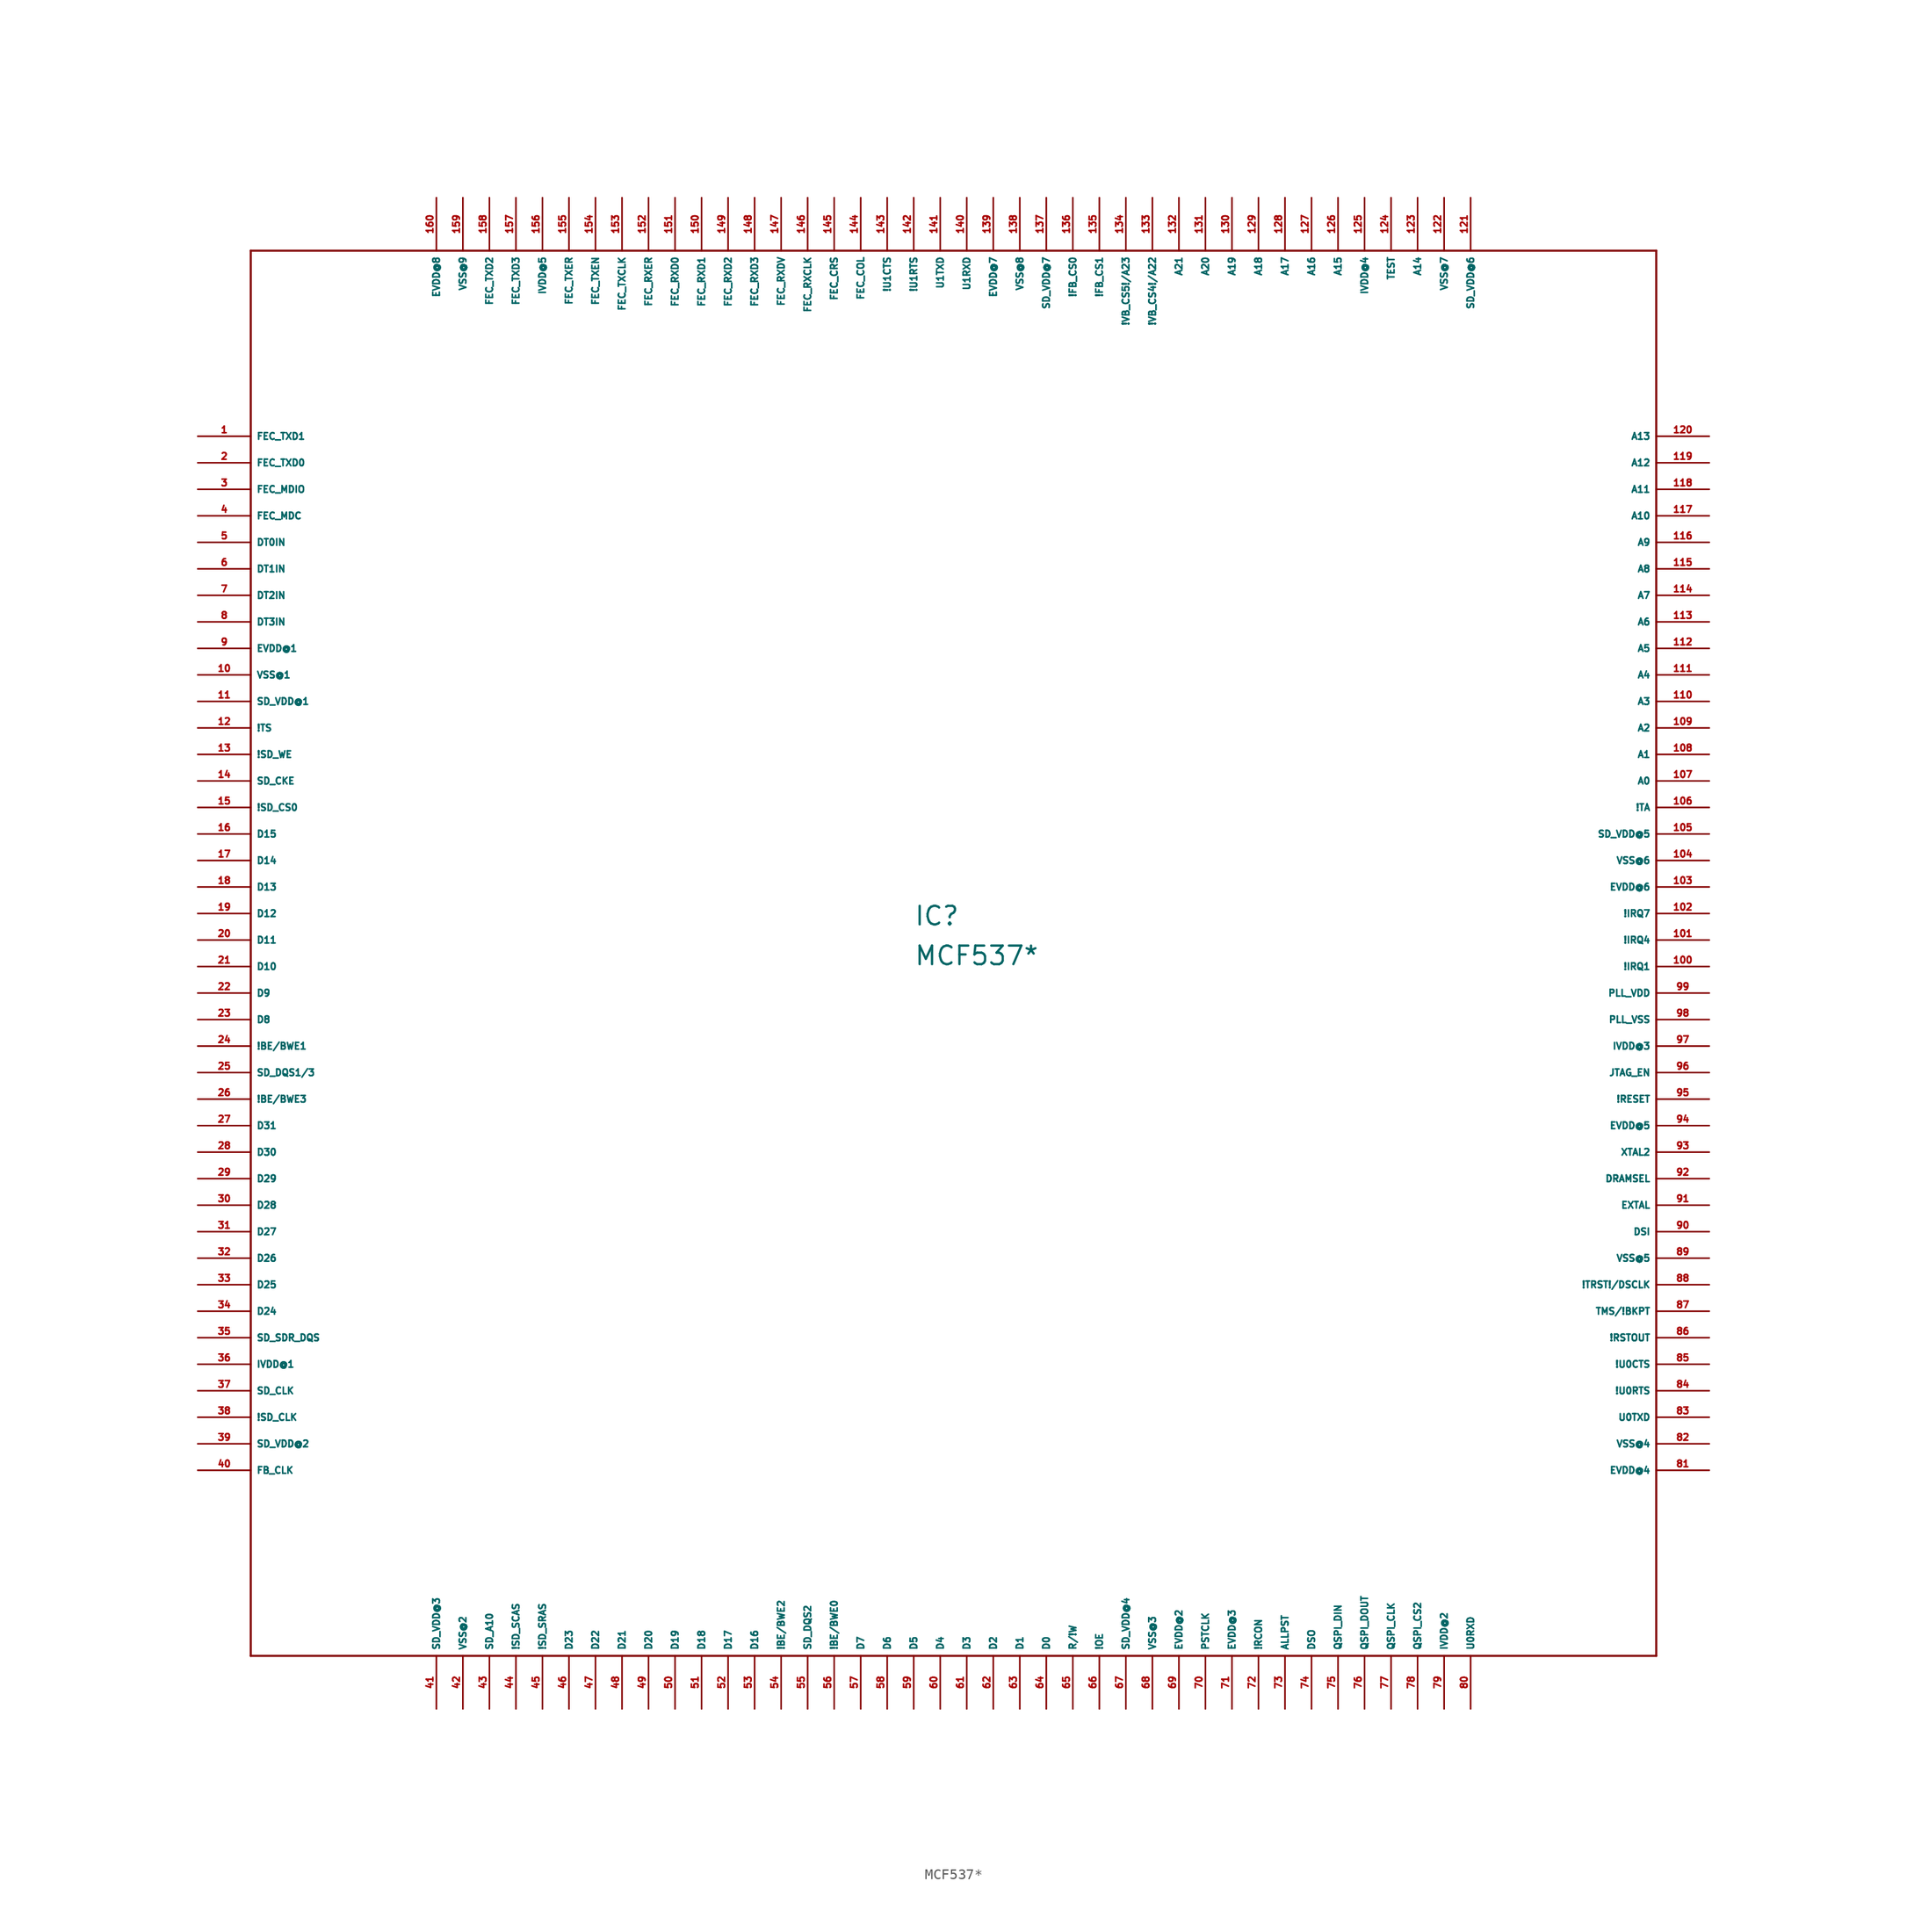
<source format=kicad_sym>
(kicad_symbol_lib
  (version 20220914)
  (generator Eagle2Kicad)
  (symbol "MCF537*"
    (property "Reference" "IC"
      (at -5.08 1.27 0)
      (effects (font (size 1.778 1.778) (thickness 0.22)) (justify left bottom)))
    (property "Value" "MCF537*"
      (at -5.08 -2.54 0)
      (effects (font (size 1.778 1.778) (thickness 0.22)) (justify left bottom)))
    (polyline
      (pts (xy -68.58 -68.58) (xy 66.04 -68.58))
      (stroke (width 0.203) (type default))
      (fill (type none)))
    (polyline
      (pts (xy 66.04 -68.58) (xy 66.04 66.04))
      (stroke (width 0.203) (type default))
      (fill (type none)))
    (polyline
      (pts (xy 66.04 66.04) (xy -68.58 66.04))
      (stroke (width 0.203) (type default))
      (fill (type none)))
    (polyline
      (pts (xy -68.58 66.04) (xy -68.58 -68.58))
      (stroke (width 0.203) (type default))
      (fill (type none)))
    (pin output line
      (at -73.66 48.26 0)
      (length 5.08)
      (name "FEC_TXD1" (effects (font (size 0.635 0.635) (thickness 0.08)) (justify left bottom)))
      (number "1" (effects (font (size 0.635 0.635) (thickness 0.08)) (justify left bottom))))
    (pin output line
      (at -73.66 45.72 0)
      (length 5.08)
      (name "FEC_TXD0" (effects (font (size 0.635 0.635) (thickness 0.08)) (justify left bottom)))
      (number "2" (effects (font (size 0.635 0.635) (thickness 0.08)) (justify left bottom))))
    (pin bidirectional line
      (at -73.66 43.18 0)
      (length 5.08)
      (name "FEC_MDIO" (effects (font (size 0.635 0.635) (thickness 0.08)) (justify left bottom)))
      (number "3" (effects (font (size 0.635 0.635) (thickness 0.08)) (justify left bottom))))
    (pin output line
      (at -73.66 40.64 0)
      (length 5.08)
      (name "FEC_MDC" (effects (font (size 0.635 0.635) (thickness 0.08)) (justify left bottom)))
      (number "4" (effects (font (size 0.635 0.635) (thickness 0.08)) (justify left bottom))))
    (pin input line
      (at -73.66 38.1 0)
      (length 5.08)
      (name "DT0IN" (effects (font (size 0.635 0.635) (thickness 0.08)) (justify left bottom)))
      (number "5" (effects (font (size 0.635 0.635) (thickness 0.08)) (justify left bottom))))
    (pin input line
      (at -73.66 35.56 0)
      (length 5.08)
      (name "DT1IN" (effects (font (size 0.635 0.635) (thickness 0.08)) (justify left bottom)))
      (number "6" (effects (font (size 0.635 0.635) (thickness 0.08)) (justify left bottom))))
    (pin input line
      (at -73.66 33.02 0)
      (length 5.08)
      (name "DT2IN" (effects (font (size 0.635 0.635) (thickness 0.08)) (justify left bottom)))
      (number "7" (effects (font (size 0.635 0.635) (thickness 0.08)) (justify left bottom))))
    (pin input line
      (at -73.66 30.48 0)
      (length 5.08)
      (name "DT3IN" (effects (font (size 0.635 0.635) (thickness 0.08)) (justify left bottom)))
      (number "8" (effects (font (size 0.635 0.635) (thickness 0.08)) (justify left bottom))))
    (pin unspecified line
      (at -73.66 27.94 0)
      (length 5.08)
      (name "EVDD@1" (effects (font (size 0.635 0.635) (thickness 0.08)) (justify left bottom)))
      (number "9" (effects (font (size 0.635 0.635) (thickness 0.08)) (justify left bottom))))
    (pin unspecified line
      (at -73.66 25.4 0)
      (length 5.08)
      (name "VSS@1" (effects (font (size 0.635 0.635) (thickness 0.08)) (justify left bottom)))
      (number "10" (effects (font (size 0.635 0.635) (thickness 0.08)) (justify left bottom))))
    (pin unspecified line
      (at -73.66 22.86 0)
      (length 5.08)
      (name "SD_VDD@1" (effects (font (size 0.635 0.635) (thickness 0.08)) (justify left bottom)))
      (number "11" (effects (font (size 0.635 0.635) (thickness 0.08)) (justify left bottom))))
    (pin output line
      (at -73.66 20.32 0)
      (length 5.08)
      (name "!TS" (effects (font (size 0.635 0.635) (thickness 0.08)) (justify left bottom)))
      (number "12" (effects (font (size 0.635 0.635) (thickness 0.08)) (justify left bottom))))
    (pin output line
      (at -73.66 17.78 0)
      (length 5.08)
      (name "!SD_WE" (effects (font (size 0.635 0.635) (thickness 0.08)) (justify left bottom)))
      (number "13" (effects (font (size 0.635 0.635) (thickness 0.08)) (justify left bottom))))
    (pin output line
      (at -73.66 15.24 0)
      (length 5.08)
      (name "SD_CKE" (effects (font (size 0.635 0.635) (thickness 0.08)) (justify left bottom)))
      (number "14" (effects (font (size 0.635 0.635) (thickness 0.08)) (justify left bottom))))
    (pin output line
      (at -73.66 12.7 0)
      (length 5.08)
      (name "!SD_CS0" (effects (font (size 0.635 0.635) (thickness 0.08)) (justify left bottom)))
      (number "15" (effects (font (size 0.635 0.635) (thickness 0.08)) (justify left bottom))))
    (pin bidirectional line
      (at -73.66 10.16 0)
      (length 5.08)
      (name "D15" (effects (font (size 0.635 0.635) (thickness 0.08)) (justify left bottom)))
      (number "16" (effects (font (size 0.635 0.635) (thickness 0.08)) (justify left bottom))))
    (pin bidirectional line
      (at -73.66 7.62 0)
      (length 5.08)
      (name "D14" (effects (font (size 0.635 0.635) (thickness 0.08)) (justify left bottom)))
      (number "17" (effects (font (size 0.635 0.635) (thickness 0.08)) (justify left bottom))))
    (pin bidirectional line
      (at -73.66 5.08 0)
      (length 5.08)
      (name "D13" (effects (font (size 0.635 0.635) (thickness 0.08)) (justify left bottom)))
      (number "18" (effects (font (size 0.635 0.635) (thickness 0.08)) (justify left bottom))))
    (pin bidirectional line
      (at -73.66 2.54 0)
      (length 5.08)
      (name "D12" (effects (font (size 0.635 0.635) (thickness 0.08)) (justify left bottom)))
      (number "19" (effects (font (size 0.635 0.635) (thickness 0.08)) (justify left bottom))))
    (pin bidirectional line
      (at -73.66 0 0)
      (length 5.08)
      (name "D11" (effects (font (size 0.635 0.635) (thickness 0.08)) (justify left bottom)))
      (number "20" (effects (font (size 0.635 0.635) (thickness 0.08)) (justify left bottom))))
    (pin bidirectional line
      (at -73.66 -2.54 0)
      (length 5.08)
      (name "D10" (effects (font (size 0.635 0.635) (thickness 0.08)) (justify left bottom)))
      (number "21" (effects (font (size 0.635 0.635) (thickness 0.08)) (justify left bottom))))
    (pin bidirectional line
      (at -73.66 -5.08 0)
      (length 5.08)
      (name "D9" (effects (font (size 0.635 0.635) (thickness 0.08)) (justify left bottom)))
      (number "22" (effects (font (size 0.635 0.635) (thickness 0.08)) (justify left bottom))))
    (pin bidirectional line
      (at -73.66 -7.62 0)
      (length 5.08)
      (name "D8" (effects (font (size 0.635 0.635) (thickness 0.08)) (justify left bottom)))
      (number "23" (effects (font (size 0.635 0.635) (thickness 0.08)) (justify left bottom))))
    (pin output line
      (at -73.66 -10.16 0)
      (length 5.08)
      (name "!BE/BWE1" (effects (font (size 0.635 0.635) (thickness 0.08)) (justify left bottom)))
      (number "24" (effects (font (size 0.635 0.635) (thickness 0.08)) (justify left bottom))))
    (pin output line
      (at -73.66 -12.7 0)
      (length 5.08)
      (name "SD_DQS1/3" (effects (font (size 0.635 0.635) (thickness 0.08)) (justify left bottom)))
      (number "25" (effects (font (size 0.635 0.635) (thickness 0.08)) (justify left bottom))))
    (pin output line
      (at -73.66 -15.24 0)
      (length 5.08)
      (name "!BE/BWE3" (effects (font (size 0.635 0.635) (thickness 0.08)) (justify left bottom)))
      (number "26" (effects (font (size 0.635 0.635) (thickness 0.08)) (justify left bottom))))
    (pin bidirectional line
      (at -73.66 -17.78 0)
      (length 5.08)
      (name "D31" (effects (font (size 0.635 0.635) (thickness 0.08)) (justify left bottom)))
      (number "27" (effects (font (size 0.635 0.635) (thickness 0.08)) (justify left bottom))))
    (pin bidirectional line
      (at -73.66 -20.32 0)
      (length 5.08)
      (name "D30" (effects (font (size 0.635 0.635) (thickness 0.08)) (justify left bottom)))
      (number "28" (effects (font (size 0.635 0.635) (thickness 0.08)) (justify left bottom))))
    (pin bidirectional line
      (at -73.66 -22.86 0)
      (length 5.08)
      (name "D29" (effects (font (size 0.635 0.635) (thickness 0.08)) (justify left bottom)))
      (number "29" (effects (font (size 0.635 0.635) (thickness 0.08)) (justify left bottom))))
    (pin bidirectional line
      (at -73.66 -25.4 0)
      (length 5.08)
      (name "D28" (effects (font (size 0.635 0.635) (thickness 0.08)) (justify left bottom)))
      (number "30" (effects (font (size 0.635 0.635) (thickness 0.08)) (justify left bottom))))
    (pin bidirectional line
      (at -73.66 -27.94 0)
      (length 5.08)
      (name "D27" (effects (font (size 0.635 0.635) (thickness 0.08)) (justify left bottom)))
      (number "31" (effects (font (size 0.635 0.635) (thickness 0.08)) (justify left bottom))))
    (pin bidirectional line
      (at -73.66 -30.48 0)
      (length 5.08)
      (name "D26" (effects (font (size 0.635 0.635) (thickness 0.08)) (justify left bottom)))
      (number "32" (effects (font (size 0.635 0.635) (thickness 0.08)) (justify left bottom))))
    (pin bidirectional line
      (at -73.66 -33.02 0)
      (length 5.08)
      (name "D25" (effects (font (size 0.635 0.635) (thickness 0.08)) (justify left bottom)))
      (number "33" (effects (font (size 0.635 0.635) (thickness 0.08)) (justify left bottom))))
    (pin bidirectional line
      (at -73.66 -35.56 0)
      (length 5.08)
      (name "D24" (effects (font (size 0.635 0.635) (thickness 0.08)) (justify left bottom)))
      (number "34" (effects (font (size 0.635 0.635) (thickness 0.08)) (justify left bottom))))
    (pin output line
      (at -73.66 -38.1 0)
      (length 5.08)
      (name "SD_SDR_DQS" (effects (font (size 0.635 0.635) (thickness 0.08)) (justify left bottom)))
      (number "35" (effects (font (size 0.635 0.635) (thickness 0.08)) (justify left bottom))))
    (pin unspecified line
      (at -73.66 -40.64 0)
      (length 5.08)
      (name "IVDD@1" (effects (font (size 0.635 0.635) (thickness 0.08)) (justify left bottom)))
      (number "36" (effects (font (size 0.635 0.635) (thickness 0.08)) (justify left bottom))))
    (pin output line
      (at -73.66 -43.18 0)
      (length 5.08)
      (name "SD_CLK" (effects (font (size 0.635 0.635) (thickness 0.08)) (justify left bottom)))
      (number "37" (effects (font (size 0.635 0.635) (thickness 0.08)) (justify left bottom))))
    (pin output line
      (at -73.66 -45.72 0)
      (length 5.08)
      (name "!SD_CLK" (effects (font (size 0.635 0.635) (thickness 0.08)) (justify left bottom)))
      (number "38" (effects (font (size 0.635 0.635) (thickness 0.08)) (justify left bottom))))
    (pin unspecified line
      (at -73.66 -48.26 0)
      (length 5.08)
      (name "SD_VDD@2" (effects (font (size 0.635 0.635) (thickness 0.08)) (justify left bottom)))
      (number "39" (effects (font (size 0.635 0.635) (thickness 0.08)) (justify left bottom))))
    (pin output line
      (at -73.66 -50.8 0)
      (length 5.08)
      (name "FB_CLK" (effects (font (size 0.635 0.635) (thickness 0.08)) (justify left bottom)))
      (number "40" (effects (font (size 0.635 0.635) (thickness 0.08)) (justify left bottom))))
    (pin unspecified line
      (at -50.8 -73.66 90)
      (length 5.08)
      (name "SD_VDD@3" (effects (font (size 0.635 0.635) (thickness 0.08)) (justify left bottom)))
      (number "41" (effects (font (size 0.635 0.635) (thickness 0.08)) (justify left bottom))))
    (pin unspecified line
      (at -48.26 -73.66 90)
      (length 5.08)
      (name "VSS@2" (effects (font (size 0.635 0.635) (thickness 0.08)) (justify left bottom)))
      (number "42" (effects (font (size 0.635 0.635) (thickness 0.08)) (justify left bottom))))
    (pin output line
      (at -45.72 -73.66 90)
      (length 5.08)
      (name "SD_A10" (effects (font (size 0.635 0.635) (thickness 0.08)) (justify left bottom)))
      (number "43" (effects (font (size 0.635 0.635) (thickness 0.08)) (justify left bottom))))
    (pin output line
      (at -43.18 -73.66 90)
      (length 5.08)
      (name "!SD_SCAS" (effects (font (size 0.635 0.635) (thickness 0.08)) (justify left bottom)))
      (number "44" (effects (font (size 0.635 0.635) (thickness 0.08)) (justify left bottom))))
    (pin output line
      (at -40.64 -73.66 90)
      (length 5.08)
      (name "!SD_SRAS" (effects (font (size 0.635 0.635) (thickness 0.08)) (justify left bottom)))
      (number "45" (effects (font (size 0.635 0.635) (thickness 0.08)) (justify left bottom))))
    (pin bidirectional line
      (at -38.1 -73.66 90)
      (length 5.08)
      (name "D23" (effects (font (size 0.635 0.635) (thickness 0.08)) (justify left bottom)))
      (number "46" (effects (font (size 0.635 0.635) (thickness 0.08)) (justify left bottom))))
    (pin bidirectional line
      (at -35.56 -73.66 90)
      (length 5.08)
      (name "D22" (effects (font (size 0.635 0.635) (thickness 0.08)) (justify left bottom)))
      (number "47" (effects (font (size 0.635 0.635) (thickness 0.08)) (justify left bottom))))
    (pin bidirectional line
      (at -33.02 -73.66 90)
      (length 5.08)
      (name "D21" (effects (font (size 0.635 0.635) (thickness 0.08)) (justify left bottom)))
      (number "48" (effects (font (size 0.635 0.635) (thickness 0.08)) (justify left bottom))))
    (pin bidirectional line
      (at -30.48 -73.66 90)
      (length 5.08)
      (name "D20" (effects (font (size 0.635 0.635) (thickness 0.08)) (justify left bottom)))
      (number "49" (effects (font (size 0.635 0.635) (thickness 0.08)) (justify left bottom))))
    (pin bidirectional line
      (at -27.94 -73.66 90)
      (length 5.08)
      (name "D19" (effects (font (size 0.635 0.635) (thickness 0.08)) (justify left bottom)))
      (number "50" (effects (font (size 0.635 0.635) (thickness 0.08)) (justify left bottom))))
    (pin bidirectional line
      (at -25.4 -73.66 90)
      (length 5.08)
      (name "D18" (effects (font (size 0.635 0.635) (thickness 0.08)) (justify left bottom)))
      (number "51" (effects (font (size 0.635 0.635) (thickness 0.08)) (justify left bottom))))
    (pin bidirectional line
      (at -22.86 -73.66 90)
      (length 5.08)
      (name "D17" (effects (font (size 0.635 0.635) (thickness 0.08)) (justify left bottom)))
      (number "52" (effects (font (size 0.635 0.635) (thickness 0.08)) (justify left bottom))))
    (pin bidirectional line
      (at -20.32 -73.66 90)
      (length 5.08)
      (name "D16" (effects (font (size 0.635 0.635) (thickness 0.08)) (justify left bottom)))
      (number "53" (effects (font (size 0.635 0.635) (thickness 0.08)) (justify left bottom))))
    (pin output line
      (at -17.78 -73.66 90)
      (length 5.08)
      (name "!BE/BWE2" (effects (font (size 0.635 0.635) (thickness 0.08)) (justify left bottom)))
      (number "54" (effects (font (size 0.635 0.635) (thickness 0.08)) (justify left bottom))))
    (pin output line
      (at -15.24 -73.66 90)
      (length 5.08)
      (name "SD_DQS2" (effects (font (size 0.635 0.635) (thickness 0.08)) (justify left bottom)))
      (number "55" (effects (font (size 0.635 0.635) (thickness 0.08)) (justify left bottom))))
    (pin output line
      (at -12.7 -73.66 90)
      (length 5.08)
      (name "!BE/BWE0" (effects (font (size 0.635 0.635) (thickness 0.08)) (justify left bottom)))
      (number "56" (effects (font (size 0.635 0.635) (thickness 0.08)) (justify left bottom))))
    (pin bidirectional line
      (at -10.16 -73.66 90)
      (length 5.08)
      (name "D7" (effects (font (size 0.635 0.635) (thickness 0.08)) (justify left bottom)))
      (number "57" (effects (font (size 0.635 0.635) (thickness 0.08)) (justify left bottom))))
    (pin bidirectional line
      (at -7.62 -73.66 90)
      (length 5.08)
      (name "D6" (effects (font (size 0.635 0.635) (thickness 0.08)) (justify left bottom)))
      (number "58" (effects (font (size 0.635 0.635) (thickness 0.08)) (justify left bottom))))
    (pin bidirectional line
      (at -5.08 -73.66 90)
      (length 5.08)
      (name "D5" (effects (font (size 0.635 0.635) (thickness 0.08)) (justify left bottom)))
      (number "59" (effects (font (size 0.635 0.635) (thickness 0.08)) (justify left bottom))))
    (pin bidirectional line
      (at -2.54 -73.66 90)
      (length 5.08)
      (name "D4" (effects (font (size 0.635 0.635) (thickness 0.08)) (justify left bottom)))
      (number "60" (effects (font (size 0.635 0.635) (thickness 0.08)) (justify left bottom))))
    (pin bidirectional line
      (at 0 -73.66 90)
      (length 5.08)
      (name "D3" (effects (font (size 0.635 0.635) (thickness 0.08)) (justify left bottom)))
      (number "61" (effects (font (size 0.635 0.635) (thickness 0.08)) (justify left bottom))))
    (pin bidirectional line
      (at 2.54 -73.66 90)
      (length 5.08)
      (name "D2" (effects (font (size 0.635 0.635) (thickness 0.08)) (justify left bottom)))
      (number "62" (effects (font (size 0.635 0.635) (thickness 0.08)) (justify left bottom))))
    (pin bidirectional line
      (at 5.08 -73.66 90)
      (length 5.08)
      (name "D1" (effects (font (size 0.635 0.635) (thickness 0.08)) (justify left bottom)))
      (number "63" (effects (font (size 0.635 0.635) (thickness 0.08)) (justify left bottom))))
    (pin bidirectional line
      (at 7.62 -73.66 90)
      (length 5.08)
      (name "D0" (effects (font (size 0.635 0.635) (thickness 0.08)) (justify left bottom)))
      (number "64" (effects (font (size 0.635 0.635) (thickness 0.08)) (justify left bottom))))
    (pin output line
      (at 10.16 -73.66 90)
      (length 5.08)
      (name "R/!W" (effects (font (size 0.635 0.635) (thickness 0.08)) (justify left bottom)))
      (number "65" (effects (font (size 0.635 0.635) (thickness 0.08)) (justify left bottom))))
    (pin output line
      (at 12.7 -73.66 90)
      (length 5.08)
      (name "!OE" (effects (font (size 0.635 0.635) (thickness 0.08)) (justify left bottom)))
      (number "66" (effects (font (size 0.635 0.635) (thickness 0.08)) (justify left bottom))))
    (pin unspecified line
      (at 15.24 -73.66 90)
      (length 5.08)
      (name "SD_VDD@4" (effects (font (size 0.635 0.635) (thickness 0.08)) (justify left bottom)))
      (number "67" (effects (font (size 0.635 0.635) (thickness 0.08)) (justify left bottom))))
    (pin unspecified line
      (at 17.78 -73.66 90)
      (length 5.08)
      (name "VSS@3" (effects (font (size 0.635 0.635) (thickness 0.08)) (justify left bottom)))
      (number "68" (effects (font (size 0.635 0.635) (thickness 0.08)) (justify left bottom))))
    (pin unspecified line
      (at 20.32 -73.66 90)
      (length 5.08)
      (name "EVDD@2" (effects (font (size 0.635 0.635) (thickness 0.08)) (justify left bottom)))
      (number "69" (effects (font (size 0.635 0.635) (thickness 0.08)) (justify left bottom))))
    (pin output line
      (at 22.86 -73.66 90)
      (length 5.08)
      (name "PSTCLK" (effects (font (size 0.635 0.635) (thickness 0.08)) (justify left bottom)))
      (number "70" (effects (font (size 0.635 0.635) (thickness 0.08)) (justify left bottom))))
    (pin unspecified line
      (at 25.4 -73.66 90)
      (length 5.08)
      (name "EVDD@3" (effects (font (size 0.635 0.635) (thickness 0.08)) (justify left bottom)))
      (number "71" (effects (font (size 0.635 0.635) (thickness 0.08)) (justify left bottom))))
    (pin input line
      (at 27.94 -73.66 90)
      (length 5.08)
      (name "!RCON" (effects (font (size 0.635 0.635) (thickness 0.08)) (justify left bottom)))
      (number "72" (effects (font (size 0.635 0.635) (thickness 0.08)) (justify left bottom))))
    (pin output line
      (at 30.48 -73.66 90)
      (length 5.08)
      (name "ALLPST" (effects (font (size 0.635 0.635) (thickness 0.08)) (justify left bottom)))
      (number "73" (effects (font (size 0.635 0.635) (thickness 0.08)) (justify left bottom))))
    (pin output line
      (at 33.02 -73.66 90)
      (length 5.08)
      (name "DSO" (effects (font (size 0.635 0.635) (thickness 0.08)) (justify left bottom)))
      (number "74" (effects (font (size 0.635 0.635) (thickness 0.08)) (justify left bottom))))
    (pin input line
      (at 35.56 -73.66 90)
      (length 5.08)
      (name "QSPI_DIN" (effects (font (size 0.635 0.635) (thickness 0.08)) (justify left bottom)))
      (number "75" (effects (font (size 0.635 0.635) (thickness 0.08)) (justify left bottom))))
    (pin output line
      (at 38.1 -73.66 90)
      (length 5.08)
      (name "QSPI_DOUT" (effects (font (size 0.635 0.635) (thickness 0.08)) (justify left bottom)))
      (number "76" (effects (font (size 0.635 0.635) (thickness 0.08)) (justify left bottom))))
    (pin output line
      (at 40.64 -73.66 90)
      (length 5.08)
      (name "QSPI_CLK" (effects (font (size 0.635 0.635) (thickness 0.08)) (justify left bottom)))
      (number "77" (effects (font (size 0.635 0.635) (thickness 0.08)) (justify left bottom))))
    (pin output line
      (at 43.18 -73.66 90)
      (length 5.08)
      (name "QSPI_CS2" (effects (font (size 0.635 0.635) (thickness 0.08)) (justify left bottom)))
      (number "78" (effects (font (size 0.635 0.635) (thickness 0.08)) (justify left bottom))))
    (pin unspecified line
      (at 45.72 -73.66 90)
      (length 5.08)
      (name "IVDD@2" (effects (font (size 0.635 0.635) (thickness 0.08)) (justify left bottom)))
      (number "79" (effects (font (size 0.635 0.635) (thickness 0.08)) (justify left bottom))))
    (pin input line
      (at 48.26 -73.66 90)
      (length 5.08)
      (name "U0RXD" (effects (font (size 0.635 0.635) (thickness 0.08)) (justify left bottom)))
      (number "80" (effects (font (size 0.635 0.635) (thickness 0.08)) (justify left bottom))))
    (pin unspecified line
      (at 71.12 -50.8 180)
      (length 5.08)
      (name "EVDD@4" (effects (font (size 0.635 0.635) (thickness 0.08)) (justify left bottom)))
      (number "81" (effects (font (size 0.635 0.635) (thickness 0.08)) (justify left bottom))))
    (pin unspecified line
      (at 71.12 -48.26 180)
      (length 5.08)
      (name "VSS@4" (effects (font (size 0.635 0.635) (thickness 0.08)) (justify left bottom)))
      (number "82" (effects (font (size 0.635 0.635) (thickness 0.08)) (justify left bottom))))
    (pin output line
      (at 71.12 -45.72 180)
      (length 5.08)
      (name "U0TXD" (effects (font (size 0.635 0.635) (thickness 0.08)) (justify left bottom)))
      (number "83" (effects (font (size 0.635 0.635) (thickness 0.08)) (justify left bottom))))
    (pin output line
      (at 71.12 -43.18 180)
      (length 5.08)
      (name "!U0RTS" (effects (font (size 0.635 0.635) (thickness 0.08)) (justify left bottom)))
      (number "84" (effects (font (size 0.635 0.635) (thickness 0.08)) (justify left bottom))))
    (pin input line
      (at 71.12 -40.64 180)
      (length 5.08)
      (name "!U0CTS" (effects (font (size 0.635 0.635) (thickness 0.08)) (justify left bottom)))
      (number "85" (effects (font (size 0.635 0.635) (thickness 0.08)) (justify left bottom))))
    (pin output line
      (at 71.12 -38.1 180)
      (length 5.08)
      (name "!RSTOUT" (effects (font (size 0.635 0.635) (thickness 0.08)) (justify left bottom)))
      (number "86" (effects (font (size 0.635 0.635) (thickness 0.08)) (justify left bottom))))
    (pin input line
      (at 71.12 -35.56 180)
      (length 5.08)
      (name "TMS/!BKPT" (effects (font (size 0.635 0.635) (thickness 0.08)) (justify left bottom)))
      (number "87" (effects (font (size 0.635 0.635) (thickness 0.08)) (justify left bottom))))
    (pin input line
      (at 71.12 -33.02 180)
      (length 5.08)
      (name "!TRST!/DSCLK" (effects (font (size 0.635 0.635) (thickness 0.08)) (justify left bottom)))
      (number "88" (effects (font (size 0.635 0.635) (thickness 0.08)) (justify left bottom))))
    (pin unspecified line
      (at 71.12 -30.48 180)
      (length 5.08)
      (name "VSS@5" (effects (font (size 0.635 0.635) (thickness 0.08)) (justify left bottom)))
      (number "89" (effects (font (size 0.635 0.635) (thickness 0.08)) (justify left bottom))))
    (pin input line
      (at 71.12 -27.94 180)
      (length 5.08)
      (name "DSI" (effects (font (size 0.635 0.635) (thickness 0.08)) (justify left bottom)))
      (number "90" (effects (font (size 0.635 0.635) (thickness 0.08)) (justify left bottom))))
    (pin input line
      (at 71.12 -25.4 180)
      (length 5.08)
      (name "EXTAL" (effects (font (size 0.635 0.635) (thickness 0.08)) (justify left bottom)))
      (number "91" (effects (font (size 0.635 0.635) (thickness 0.08)) (justify left bottom))))
    (pin input line
      (at 71.12 -22.86 180)
      (length 5.08)
      (name "DRAMSEL" (effects (font (size 0.635 0.635) (thickness 0.08)) (justify left bottom)))
      (number "92" (effects (font (size 0.635 0.635) (thickness 0.08)) (justify left bottom))))
    (pin output line
      (at 71.12 -20.32 180)
      (length 5.08)
      (name "XTAL2" (effects (font (size 0.635 0.635) (thickness 0.08)) (justify left bottom)))
      (number "93" (effects (font (size 0.635 0.635) (thickness 0.08)) (justify left bottom))))
    (pin unspecified line
      (at 71.12 -17.78 180)
      (length 5.08)
      (name "EVDD@5" (effects (font (size 0.635 0.635) (thickness 0.08)) (justify left bottom)))
      (number "94" (effects (font (size 0.635 0.635) (thickness 0.08)) (justify left bottom))))
    (pin input line
      (at 71.12 -15.24 180)
      (length 5.08)
      (name "!RESET" (effects (font (size 0.635 0.635) (thickness 0.08)) (justify left bottom)))
      (number "95" (effects (font (size 0.635 0.635) (thickness 0.08)) (justify left bottom))))
    (pin input line
      (at 71.12 -12.7 180)
      (length 5.08)
      (name "JTAG_EN" (effects (font (size 0.635 0.635) (thickness 0.08)) (justify left bottom)))
      (number "96" (effects (font (size 0.635 0.635) (thickness 0.08)) (justify left bottom))))
    (pin unspecified line
      (at 71.12 -10.16 180)
      (length 5.08)
      (name "IVDD@3" (effects (font (size 0.635 0.635) (thickness 0.08)) (justify left bottom)))
      (number "97" (effects (font (size 0.635 0.635) (thickness 0.08)) (justify left bottom))))
    (pin unspecified line
      (at 71.12 -7.62 180)
      (length 5.08)
      (name "PLL_VSS" (effects (font (size 0.635 0.635) (thickness 0.08)) (justify left bottom)))
      (number "98" (effects (font (size 0.635 0.635) (thickness 0.08)) (justify left bottom))))
    (pin unspecified line
      (at 71.12 -5.08 180)
      (length 5.08)
      (name "PLL_VDD" (effects (font (size 0.635 0.635) (thickness 0.08)) (justify left bottom)))
      (number "99" (effects (font (size 0.635 0.635) (thickness 0.08)) (justify left bottom))))
    (pin input line
      (at 71.12 -2.54 180)
      (length 5.08)
      (name "!IRQ1" (effects (font (size 0.635 0.635) (thickness 0.08)) (justify left bottom)))
      (number "100" (effects (font (size 0.635 0.635) (thickness 0.08)) (justify left bottom))))
    (pin input line
      (at 71.12 0 180)
      (length 5.08)
      (name "!IRQ4" (effects (font (size 0.635 0.635) (thickness 0.08)) (justify left bottom)))
      (number "101" (effects (font (size 0.635 0.635) (thickness 0.08)) (justify left bottom))))
    (pin input line
      (at 71.12 2.54 180)
      (length 5.08)
      (name "!IRQ7" (effects (font (size 0.635 0.635) (thickness 0.08)) (justify left bottom)))
      (number "102" (effects (font (size 0.635 0.635) (thickness 0.08)) (justify left bottom))))
    (pin unspecified line
      (at 71.12 5.08 180)
      (length 5.08)
      (name "EVDD@6" (effects (font (size 0.635 0.635) (thickness 0.08)) (justify left bottom)))
      (number "103" (effects (font (size 0.635 0.635) (thickness 0.08)) (justify left bottom))))
    (pin unspecified line
      (at 71.12 7.62 180)
      (length 5.08)
      (name "VSS@6" (effects (font (size 0.635 0.635) (thickness 0.08)) (justify left bottom)))
      (number "104" (effects (font (size 0.635 0.635) (thickness 0.08)) (justify left bottom))))
    (pin unspecified line
      (at 71.12 10.16 180)
      (length 5.08)
      (name "SD_VDD@5" (effects (font (size 0.635 0.635) (thickness 0.08)) (justify left bottom)))
      (number "105" (effects (font (size 0.635 0.635) (thickness 0.08)) (justify left bottom))))
    (pin input line
      (at 71.12 12.7 180)
      (length 5.08)
      (name "!TA" (effects (font (size 0.635 0.635) (thickness 0.08)) (justify left bottom)))
      (number "106" (effects (font (size 0.635 0.635) (thickness 0.08)) (justify left bottom))))
    (pin output line
      (at 71.12 15.24 180)
      (length 5.08)
      (name "A0" (effects (font (size 0.635 0.635) (thickness 0.08)) (justify left bottom)))
      (number "107" (effects (font (size 0.635 0.635) (thickness 0.08)) (justify left bottom))))
    (pin output line
      (at 71.12 17.78 180)
      (length 5.08)
      (name "A1" (effects (font (size 0.635 0.635) (thickness 0.08)) (justify left bottom)))
      (number "108" (effects (font (size 0.635 0.635) (thickness 0.08)) (justify left bottom))))
    (pin output line
      (at 71.12 20.32 180)
      (length 5.08)
      (name "A2" (effects (font (size 0.635 0.635) (thickness 0.08)) (justify left bottom)))
      (number "109" (effects (font (size 0.635 0.635) (thickness 0.08)) (justify left bottom))))
    (pin output line
      (at 71.12 22.86 180)
      (length 5.08)
      (name "A3" (effects (font (size 0.635 0.635) (thickness 0.08)) (justify left bottom)))
      (number "110" (effects (font (size 0.635 0.635) (thickness 0.08)) (justify left bottom))))
    (pin output line
      (at 71.12 25.4 180)
      (length 5.08)
      (name "A4" (effects (font (size 0.635 0.635) (thickness 0.08)) (justify left bottom)))
      (number "111" (effects (font (size 0.635 0.635) (thickness 0.08)) (justify left bottom))))
    (pin output line
      (at 71.12 27.94 180)
      (length 5.08)
      (name "A5" (effects (font (size 0.635 0.635) (thickness 0.08)) (justify left bottom)))
      (number "112" (effects (font (size 0.635 0.635) (thickness 0.08)) (justify left bottom))))
    (pin output line
      (at 71.12 30.48 180)
      (length 5.08)
      (name "A6" (effects (font (size 0.635 0.635) (thickness 0.08)) (justify left bottom)))
      (number "113" (effects (font (size 0.635 0.635) (thickness 0.08)) (justify left bottom))))
    (pin output line
      (at 71.12 33.02 180)
      (length 5.08)
      (name "A7" (effects (font (size 0.635 0.635) (thickness 0.08)) (justify left bottom)))
      (number "114" (effects (font (size 0.635 0.635) (thickness 0.08)) (justify left bottom))))
    (pin output line
      (at 71.12 35.56 180)
      (length 5.08)
      (name "A8" (effects (font (size 0.635 0.635) (thickness 0.08)) (justify left bottom)))
      (number "115" (effects (font (size 0.635 0.635) (thickness 0.08)) (justify left bottom))))
    (pin output line
      (at 71.12 38.1 180)
      (length 5.08)
      (name "A9" (effects (font (size 0.635 0.635) (thickness 0.08)) (justify left bottom)))
      (number "116" (effects (font (size 0.635 0.635) (thickness 0.08)) (justify left bottom))))
    (pin output line
      (at 71.12 40.64 180)
      (length 5.08)
      (name "A10" (effects (font (size 0.635 0.635) (thickness 0.08)) (justify left bottom)))
      (number "117" (effects (font (size 0.635 0.635) (thickness 0.08)) (justify left bottom))))
    (pin output line
      (at 71.12 43.18 180)
      (length 5.08)
      (name "A11" (effects (font (size 0.635 0.635) (thickness 0.08)) (justify left bottom)))
      (number "118" (effects (font (size 0.635 0.635) (thickness 0.08)) (justify left bottom))))
    (pin output line
      (at 71.12 45.72 180)
      (length 5.08)
      (name "A12" (effects (font (size 0.635 0.635) (thickness 0.08)) (justify left bottom)))
      (number "119" (effects (font (size 0.635 0.635) (thickness 0.08)) (justify left bottom))))
    (pin output line
      (at 71.12 48.26 180)
      (length 5.08)
      (name "A13" (effects (font (size 0.635 0.635) (thickness 0.08)) (justify left bottom)))
      (number "120" (effects (font (size 0.635 0.635) (thickness 0.08)) (justify left bottom))))
    (pin unspecified line
      (at 48.26 71.12 270)
      (length 5.08)
      (name "SD_VDD@6" (effects (font (size 0.635 0.635) (thickness 0.08)) (justify left bottom)))
      (number "121" (effects (font (size 0.635 0.635) (thickness 0.08)) (justify left bottom))))
    (pin unspecified line
      (at 45.72 71.12 270)
      (length 5.08)
      (name "VSS@7" (effects (font (size 0.635 0.635) (thickness 0.08)) (justify left bottom)))
      (number "122" (effects (font (size 0.635 0.635) (thickness 0.08)) (justify left bottom))))
    (pin output line
      (at 43.18 71.12 270)
      (length 5.08)
      (name "A14" (effects (font (size 0.635 0.635) (thickness 0.08)) (justify left bottom)))
      (number "123" (effects (font (size 0.635 0.635) (thickness 0.08)) (justify left bottom))))
    (pin input line
      (at 40.64 71.12 270)
      (length 5.08)
      (name "TEST" (effects (font (size 0.635 0.635) (thickness 0.08)) (justify left bottom)))
      (number "124" (effects (font (size 0.635 0.635) (thickness 0.08)) (justify left bottom))))
    (pin unspecified line
      (at 38.1 71.12 270)
      (length 5.08)
      (name "IVDD@4" (effects (font (size 0.635 0.635) (thickness 0.08)) (justify left bottom)))
      (number "125" (effects (font (size 0.635 0.635) (thickness 0.08)) (justify left bottom))))
    (pin output line
      (at 35.56 71.12 270)
      (length 5.08)
      (name "A15" (effects (font (size 0.635 0.635) (thickness 0.08)) (justify left bottom)))
      (number "126" (effects (font (size 0.635 0.635) (thickness 0.08)) (justify left bottom))))
    (pin output line
      (at 33.02 71.12 270)
      (length 5.08)
      (name "A16" (effects (font (size 0.635 0.635) (thickness 0.08)) (justify left bottom)))
      (number "127" (effects (font (size 0.635 0.635) (thickness 0.08)) (justify left bottom))))
    (pin output line
      (at 30.48 71.12 270)
      (length 5.08)
      (name "A17" (effects (font (size 0.635 0.635) (thickness 0.08)) (justify left bottom)))
      (number "128" (effects (font (size 0.635 0.635) (thickness 0.08)) (justify left bottom))))
    (pin output line
      (at 27.94 71.12 270)
      (length 5.08)
      (name "A18" (effects (font (size 0.635 0.635) (thickness 0.08)) (justify left bottom)))
      (number "129" (effects (font (size 0.635 0.635) (thickness 0.08)) (justify left bottom))))
    (pin output line
      (at 25.4 71.12 270)
      (length 5.08)
      (name "A19" (effects (font (size 0.635 0.635) (thickness 0.08)) (justify left bottom)))
      (number "130" (effects (font (size 0.635 0.635) (thickness 0.08)) (justify left bottom))))
    (pin output line
      (at 22.86 71.12 270)
      (length 5.08)
      (name "A20" (effects (font (size 0.635 0.635) (thickness 0.08)) (justify left bottom)))
      (number "131" (effects (font (size 0.635 0.635) (thickness 0.08)) (justify left bottom))))
    (pin output line
      (at 20.32 71.12 270)
      (length 5.08)
      (name "A21" (effects (font (size 0.635 0.635) (thickness 0.08)) (justify left bottom)))
      (number "132" (effects (font (size 0.635 0.635) (thickness 0.08)) (justify left bottom))))
    (pin output line
      (at 17.78 71.12 270)
      (length 5.08)
      (name "!VB_CS4!/A22" (effects (font (size 0.635 0.635) (thickness 0.08)) (justify left bottom)))
      (number "133" (effects (font (size 0.635 0.635) (thickness 0.08)) (justify left bottom))))
    (pin output line
      (at 15.24 71.12 270)
      (length 5.08)
      (name "!VB_CS5!/A23" (effects (font (size 0.635 0.635) (thickness 0.08)) (justify left bottom)))
      (number "134" (effects (font (size 0.635 0.635) (thickness 0.08)) (justify left bottom))))
    (pin output line
      (at 12.7 71.12 270)
      (length 5.08)
      (name "!FB_CS1" (effects (font (size 0.635 0.635) (thickness 0.08)) (justify left bottom)))
      (number "135" (effects (font (size 0.635 0.635) (thickness 0.08)) (justify left bottom))))
    (pin output line
      (at 10.16 71.12 270)
      (length 5.08)
      (name "!FB_CS0" (effects (font (size 0.635 0.635) (thickness 0.08)) (justify left bottom)))
      (number "136" (effects (font (size 0.635 0.635) (thickness 0.08)) (justify left bottom))))
    (pin unspecified line
      (at 7.62 71.12 270)
      (length 5.08)
      (name "SD_VDD@7" (effects (font (size 0.635 0.635) (thickness 0.08)) (justify left bottom)))
      (number "137" (effects (font (size 0.635 0.635) (thickness 0.08)) (justify left bottom))))
    (pin unspecified line
      (at 5.08 71.12 270)
      (length 5.08)
      (name "VSS@8" (effects (font (size 0.635 0.635) (thickness 0.08)) (justify left bottom)))
      (number "138" (effects (font (size 0.635 0.635) (thickness 0.08)) (justify left bottom))))
    (pin unspecified line
      (at 2.54 71.12 270)
      (length 5.08)
      (name "EVDD@7" (effects (font (size 0.635 0.635) (thickness 0.08)) (justify left bottom)))
      (number "139" (effects (font (size 0.635 0.635) (thickness 0.08)) (justify left bottom))))
    (pin input line
      (at 0 71.12 270)
      (length 5.08)
      (name "U1RXD" (effects (font (size 0.635 0.635) (thickness 0.08)) (justify left bottom)))
      (number "140" (effects (font (size 0.635 0.635) (thickness 0.08)) (justify left bottom))))
    (pin output line
      (at -2.54 71.12 270)
      (length 5.08)
      (name "U1TXD" (effects (font (size 0.635 0.635) (thickness 0.08)) (justify left bottom)))
      (number "141" (effects (font (size 0.635 0.635) (thickness 0.08)) (justify left bottom))))
    (pin output line
      (at -5.08 71.12 270)
      (length 5.08)
      (name "!U1RTS" (effects (font (size 0.635 0.635) (thickness 0.08)) (justify left bottom)))
      (number "142" (effects (font (size 0.635 0.635) (thickness 0.08)) (justify left bottom))))
    (pin input line
      (at -7.62 71.12 270)
      (length 5.08)
      (name "!U1CTS" (effects (font (size 0.635 0.635) (thickness 0.08)) (justify left bottom)))
      (number "143" (effects (font (size 0.635 0.635) (thickness 0.08)) (justify left bottom))))
    (pin input line
      (at -10.16 71.12 270)
      (length 5.08)
      (name "FEC_COL" (effects (font (size 0.635 0.635) (thickness 0.08)) (justify left bottom)))
      (number "144" (effects (font (size 0.635 0.635) (thickness 0.08)) (justify left bottom))))
    (pin input line
      (at -12.7 71.12 270)
      (length 5.08)
      (name "FEC_CRS" (effects (font (size 0.635 0.635) (thickness 0.08)) (justify left bottom)))
      (number "145" (effects (font (size 0.635 0.635) (thickness 0.08)) (justify left bottom))))
    (pin input line
      (at -15.24 71.12 270)
      (length 5.08)
      (name "FEC_RXCLK" (effects (font (size 0.635 0.635) (thickness 0.08)) (justify left bottom)))
      (number "146" (effects (font (size 0.635 0.635) (thickness 0.08)) (justify left bottom))))
    (pin input line
      (at -17.78 71.12 270)
      (length 5.08)
      (name "FEC_RXDV" (effects (font (size 0.635 0.635) (thickness 0.08)) (justify left bottom)))
      (number "147" (effects (font (size 0.635 0.635) (thickness 0.08)) (justify left bottom))))
    (pin input line
      (at -20.32 71.12 270)
      (length 5.08)
      (name "FEC_RXD3" (effects (font (size 0.635 0.635) (thickness 0.08)) (justify left bottom)))
      (number "148" (effects (font (size 0.635 0.635) (thickness 0.08)) (justify left bottom))))
    (pin input line
      (at -22.86 71.12 270)
      (length 5.08)
      (name "FEC_RXD2" (effects (font (size 0.635 0.635) (thickness 0.08)) (justify left bottom)))
      (number "149" (effects (font (size 0.635 0.635) (thickness 0.08)) (justify left bottom))))
    (pin input line
      (at -25.4 71.12 270)
      (length 5.08)
      (name "FEC_RXD1" (effects (font (size 0.635 0.635) (thickness 0.08)) (justify left bottom)))
      (number "150" (effects (font (size 0.635 0.635) (thickness 0.08)) (justify left bottom))))
    (pin input line
      (at -27.94 71.12 270)
      (length 5.08)
      (name "FEC_RXD0" (effects (font (size 0.635 0.635) (thickness 0.08)) (justify left bottom)))
      (number "151" (effects (font (size 0.635 0.635) (thickness 0.08)) (justify left bottom))))
    (pin input line
      (at -30.48 71.12 270)
      (length 5.08)
      (name "FEC_RXER" (effects (font (size 0.635 0.635) (thickness 0.08)) (justify left bottom)))
      (number "152" (effects (font (size 0.635 0.635) (thickness 0.08)) (justify left bottom))))
    (pin input line
      (at -33.02 71.12 270)
      (length 5.08)
      (name "FEC_TXCLK" (effects (font (size 0.635 0.635) (thickness 0.08)) (justify left bottom)))
      (number "153" (effects (font (size 0.635 0.635) (thickness 0.08)) (justify left bottom))))
    (pin output line
      (at -35.56 71.12 270)
      (length 5.08)
      (name "FEC_TXEN" (effects (font (size 0.635 0.635) (thickness 0.08)) (justify left bottom)))
      (number "154" (effects (font (size 0.635 0.635) (thickness 0.08)) (justify left bottom))))
    (pin output line
      (at -38.1 71.12 270)
      (length 5.08)
      (name "FEC_TXER" (effects (font (size 0.635 0.635) (thickness 0.08)) (justify left bottom)))
      (number "155" (effects (font (size 0.635 0.635) (thickness 0.08)) (justify left bottom))))
    (pin unspecified line
      (at -40.64 71.12 270)
      (length 5.08)
      (name "IVDD@5" (effects (font (size 0.635 0.635) (thickness 0.08)) (justify left bottom)))
      (number "156" (effects (font (size 0.635 0.635) (thickness 0.08)) (justify left bottom))))
    (pin output line
      (at -43.18 71.12 270)
      (length 5.08)
      (name "FEC_TXD3" (effects (font (size 0.635 0.635) (thickness 0.08)) (justify left bottom)))
      (number "157" (effects (font (size 0.635 0.635) (thickness 0.08)) (justify left bottom))))
    (pin output line
      (at -45.72 71.12 270)
      (length 5.08)
      (name "FEC_TXD2" (effects (font (size 0.635 0.635) (thickness 0.08)) (justify left bottom)))
      (number "158" (effects (font (size 0.635 0.635) (thickness 0.08)) (justify left bottom))))
    (pin unspecified line
      (at -48.26 71.12 270)
      (length 5.08)
      (name "VSS@9" (effects (font (size 0.635 0.635) (thickness 0.08)) (justify left bottom)))
      (number "159" (effects (font (size 0.635 0.635) (thickness 0.08)) (justify left bottom))))
    (pin unspecified line
      (at -50.8 71.12 270)
      (length 5.08)
      (name "EVDD@8" (effects (font (size 0.635 0.635) (thickness 0.08)) (justify left bottom)))
      (number "160" (effects (font (size 0.635 0.635) (thickness 0.08)) (justify left bottom))))))
</source>
